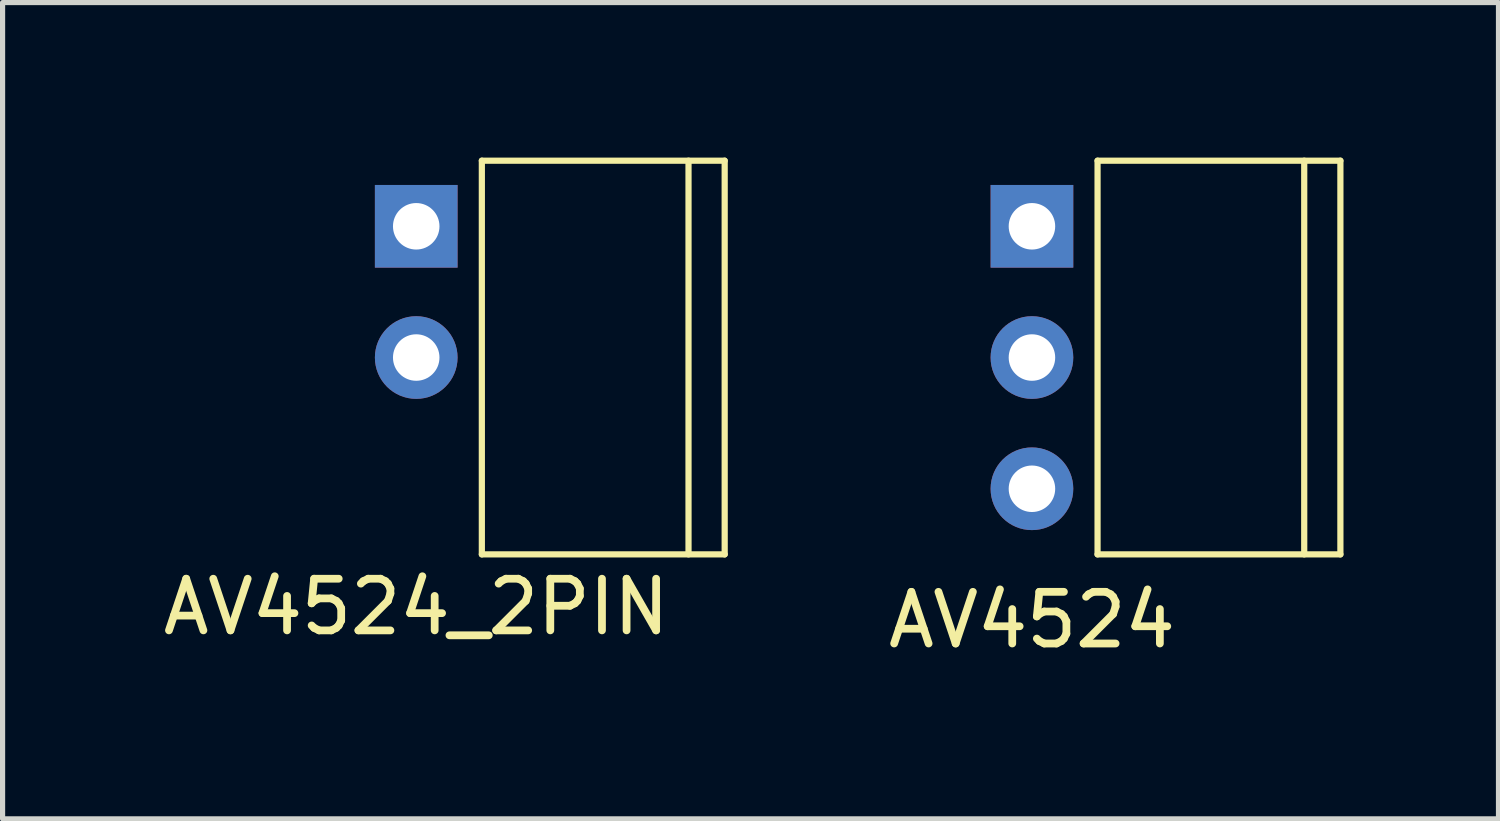
<source format=kicad_pcb>
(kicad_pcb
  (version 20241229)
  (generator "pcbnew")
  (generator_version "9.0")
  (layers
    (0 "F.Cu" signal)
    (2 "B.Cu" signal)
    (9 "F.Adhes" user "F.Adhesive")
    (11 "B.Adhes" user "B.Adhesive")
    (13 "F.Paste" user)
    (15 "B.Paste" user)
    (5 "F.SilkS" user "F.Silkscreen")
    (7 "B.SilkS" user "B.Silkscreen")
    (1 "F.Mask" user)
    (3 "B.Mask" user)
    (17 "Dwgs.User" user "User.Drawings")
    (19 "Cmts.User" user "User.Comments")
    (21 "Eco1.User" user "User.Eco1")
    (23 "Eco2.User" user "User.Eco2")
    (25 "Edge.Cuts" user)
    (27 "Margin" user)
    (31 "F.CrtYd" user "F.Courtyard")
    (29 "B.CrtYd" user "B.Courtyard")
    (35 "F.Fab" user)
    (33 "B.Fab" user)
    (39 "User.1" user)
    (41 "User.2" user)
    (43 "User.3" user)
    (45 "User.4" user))
  (footprint "AV4524"
    (layer "F.Cu")
    (at 16.923 3.87)
    (property "Reference" "AV4524" (at 0 5.08 0) (layer "F.SilkS") (effects (font (size 1 1) (thickness 0.15))))
    (attr through_hole)
    (fp_line (start 1.27 -3.81) (end 5.97 -3.81) (stroke (width 0.12) (type solid)) (layer "F.SilkS"))
    (fp_line (start 1.27 3.81) (end 1.27 -3.81) (stroke (width 0.12) (type solid)) (layer "F.SilkS"))
    (fp_line (start 5.27 -3.81) (end 5.27 3.81) (stroke (width 0.12) (type solid)) (layer "F.SilkS"))
    (fp_line (start 5.97 -3.81) (end 5.97 3.81) (stroke (width 0.12) (type solid)) (layer "F.SilkS"))
    (fp_line (start 5.97 3.81) (end 1.27 3.81) (stroke (width 0.12) (type solid)) (layer "F.SilkS"))
    (pad "1" thru_hole rect (at 0 -2.54) (size 1.6 1.6) (drill 0.9) (layers "*.Cu" "*.Mask"))
    (pad "2" thru_hole circle (at 0 0) (size 1.6 1.6) (drill 0.9) (layers "*.Cu" "*.Mask"))
    (pad "3" thru_hole circle (at 0 2.54) (size 1.6 1.6) (drill 0.9) (layers "*.Cu" "*.Mask")))
  (footprint "AV4524_2PIN"
    (layer "F.Cu")
    (at 5.006 3.87)
    (property "Reference" "AV4524_2PIN" (at 0 4.826 0) (layer "F.SilkS") (effects (font (size 1 1) (thickness 0.15))))
    (attr through_hole)
    (fp_line (start 1.27 -3.81) (end 5.97 -3.81) (stroke (width 0.12) (type solid)) (layer "F.SilkS"))
    (fp_line (start 1.27 3.81) (end 1.27 -3.81) (stroke (width 0.12) (type solid)) (layer "F.SilkS"))
    (fp_line (start 5.27 -3.81) (end 5.27 3.81) (stroke (width 0.12) (type solid)) (layer "F.SilkS"))
    (fp_line (start 5.97 -3.81) (end 5.97 3.81) (stroke (width 0.12) (type solid)) (layer "F.SilkS"))
    (fp_line (start 5.97 3.81) (end 1.27 3.81) (stroke (width 0.12) (type solid)) (layer "F.SilkS"))
    (pad "1" thru_hole rect (at 0 -2.54) (size 1.6 1.6) (drill 0.9) (layers "*.Cu" "*.Mask"))
    (pad "2" thru_hole circle (at 0 0) (size 1.6 1.6) (drill 0.9) (layers "*.Cu" "*.Mask")))
  (gr_rect
    (start -3 -3)
    (end 25.953 12.798)
    (stroke (width 0.1) (type default))
    (fill no)
    (layer "Edge.Cuts")))
</source>
